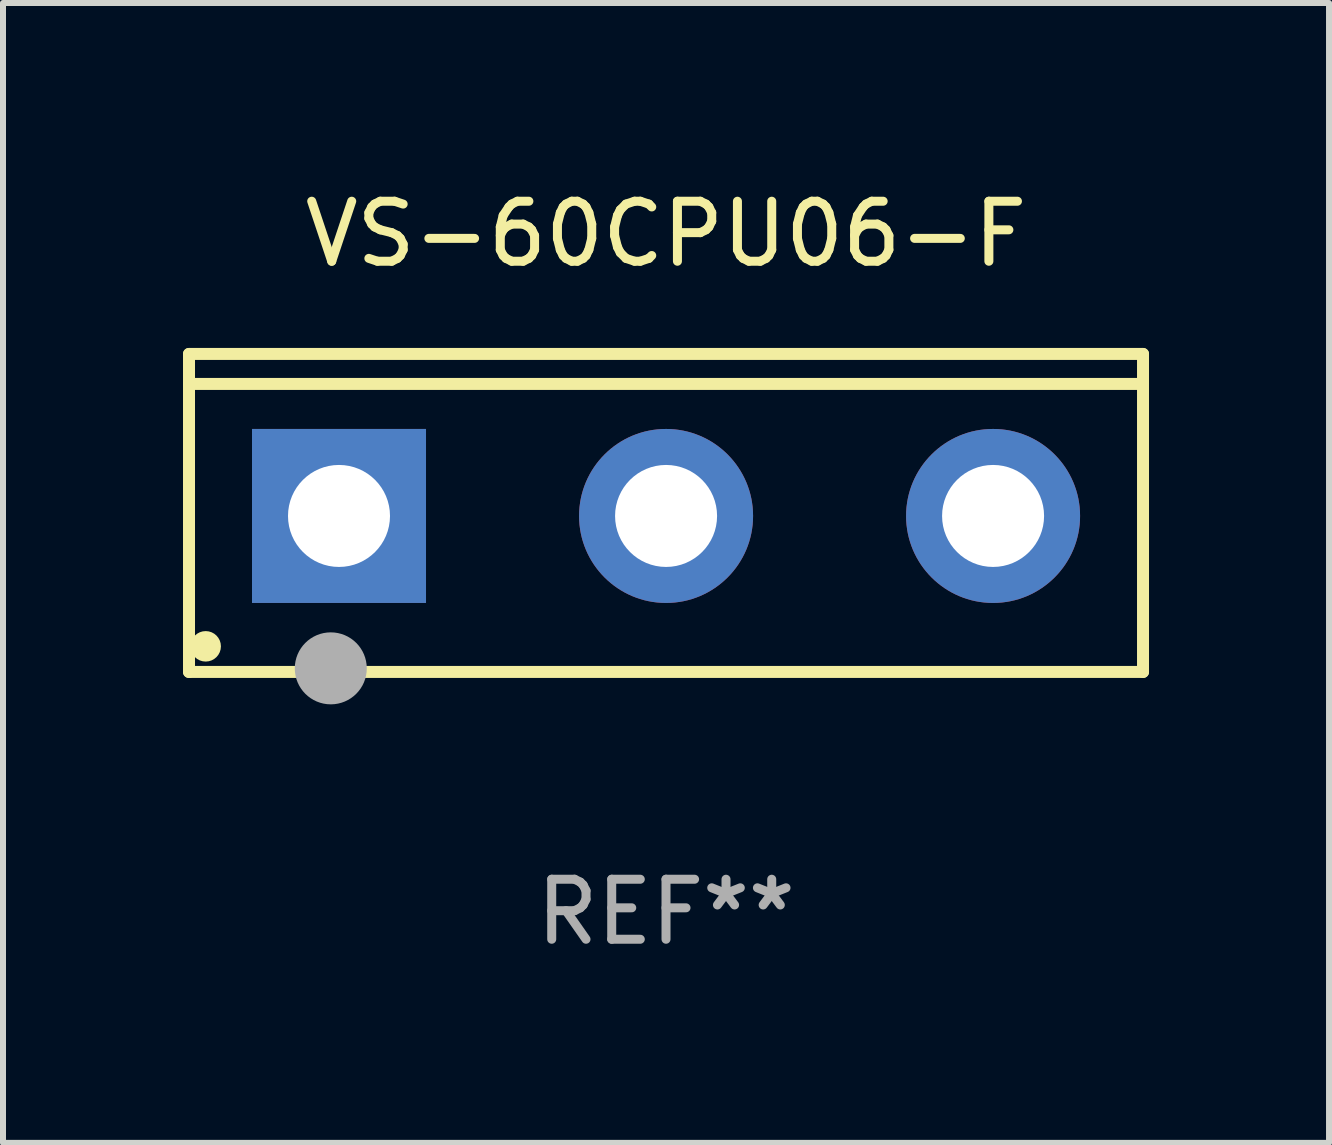
<source format=kicad_pcb>
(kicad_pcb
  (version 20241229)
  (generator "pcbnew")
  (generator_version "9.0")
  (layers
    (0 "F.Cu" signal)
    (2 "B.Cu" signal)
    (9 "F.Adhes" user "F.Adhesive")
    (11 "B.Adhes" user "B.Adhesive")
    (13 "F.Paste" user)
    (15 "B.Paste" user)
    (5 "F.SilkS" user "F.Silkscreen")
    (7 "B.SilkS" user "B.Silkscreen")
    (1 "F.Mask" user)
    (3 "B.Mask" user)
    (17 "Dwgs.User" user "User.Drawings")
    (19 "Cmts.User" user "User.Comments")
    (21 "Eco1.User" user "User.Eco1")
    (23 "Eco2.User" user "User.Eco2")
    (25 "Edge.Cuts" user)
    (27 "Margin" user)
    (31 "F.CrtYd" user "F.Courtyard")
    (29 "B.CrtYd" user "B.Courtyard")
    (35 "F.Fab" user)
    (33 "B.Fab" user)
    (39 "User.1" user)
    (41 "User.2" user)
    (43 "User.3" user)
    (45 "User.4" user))
  (footprint "VS-60CPU06-F"
    (layer "F.Cu")
    (at 8.05 5.499)
    (property "Reference" "VS-60CPU06-F" (at 0 -4.65 0) (layer "F.SilkS") (effects (font (size 1 1) (thickness 0.15))))
    (attr through_hole)
    (fp_line (start -7.95 -2.65) (end -7.95 2.65) (stroke (width 0.2) (type solid)) (layer "F.SilkS"))
    (fp_line (start -7.95 -2.15) (end 7.95 -2.15) (stroke (width 0.2) (type solid)) (layer "F.SilkS"))
    (fp_line (start -7.95 2.65) (end 7.95 2.65) (stroke (width 0.2) (type solid)) (layer "F.SilkS"))
    (fp_line (start 7.95 -2.65) (end -7.95 -2.65) (stroke (width 0.2) (type solid)) (layer "F.SilkS"))
    (fp_line (start 7.95 2.65) (end 7.95 -2.65) (stroke (width 0.2) (type solid)) (layer "F.SilkS"))
    (fp_circle (center -7.672 2.223) (end -7.545 2.223) (stroke (width 0.254) (type solid)) (fill no) (layer "F.SilkS"))
    (fp_circle (center -5.587 2.59) (end -5.287 2.59) (stroke (width 0.6) (type solid)) (fill no) (layer "F.Fab"))
    (fp_text user "REF**" (at 0 6.65 0) (layer "F.Fab") (effects (font (size 1 1) (thickness 0.15))))
    (pad "1" thru_hole rect (at -5.45 0.05) (size 2.9 2.9) (drill 1.7) (layers "*.Cu" "*.Mask"))
    (pad "2" thru_hole circle (at 0.001 0.05) (size 2.9 2.9) (drill 1.7) (layers "*.Cu" "*.Mask"))
    (pad "3" thru_hole circle (at 5.451 0.05) (size 2.9 2.9) (drill 1.7) (layers "*.Cu" "*.Mask")))
  (gr_rect
    (start -3 -3)
    (end 19.1 15.997)
    (stroke (width 0.1) (type default))
    (fill no)
    (layer "Edge.Cuts")))
</source>
